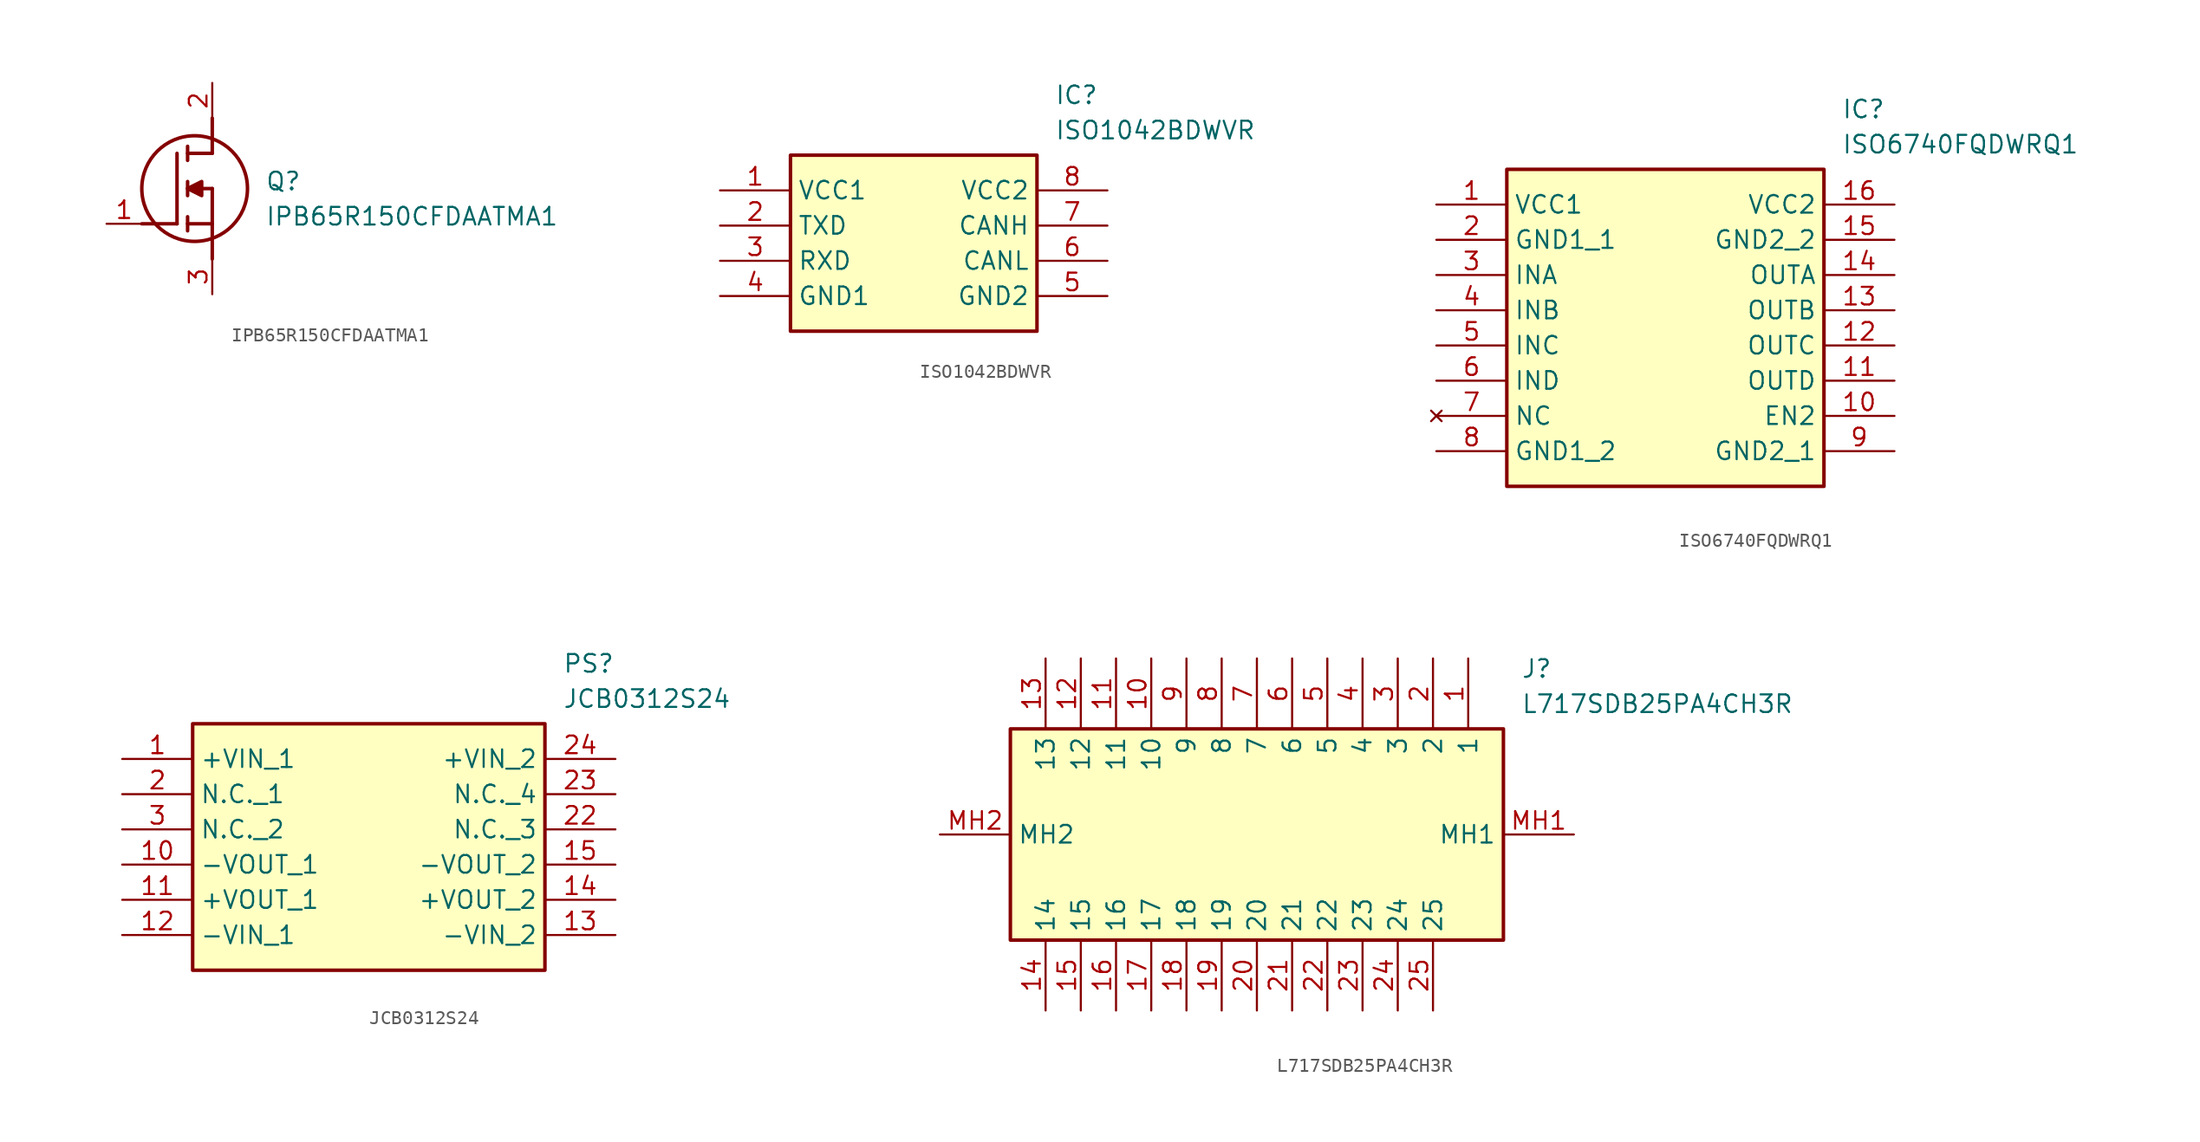
<source format=kicad_sym>
(kicad_symbol_lib
  (version 20241209)
  (generator "kicad_symbol_editor")
  (generator_version "9.0")
  (symbol "IPB65R150CFDAATMA1"
    (pin_names
      (hide yes))
    (property "Reference" "Q"
      (at 11.43 3.81 0)
      (effects (font (size 1.27 1.27)) (justify left top)))
    (property "Value" "IPB65R150CFDAATMA1"
      (at 11.43 1.27 0)
      (effects (font (size 1.27 1.27)) (justify left top)))
    (symbol "IPB65R150CFDAATMA1_1_1"
      (polyline (pts (xy 2.54 0) (xy 5.08 0)) (stroke (width 0.254) (type default)) (fill (type none)))
      (polyline (pts (xy 5.08 5.08) (xy 5.08 0)) (stroke (width 0.254) (type default)) (fill (type none)))
      (polyline (pts (xy 5.842 5.588) (xy 5.842 4.572)) (stroke (width 0.254) (type default)) (fill (type none)))
      (polyline (pts (xy 5.842 2.54) (xy 6.858 3.048) (xy 6.858 2.032) (xy 5.842 2.54)) (stroke (width 0.254) (type default)) (fill (type outline)))
      (polyline (pts (xy 5.842 2.032) (xy 5.842 3.048)) (stroke (width 0.254) (type default)) (fill (type none)))
      (polyline (pts (xy 5.842 0) (xy 7.62 0)) (stroke (width 0.254) (type default)) (fill (type none)))
      (polyline (pts (xy 5.842 -0.508) (xy 5.842 0.508)) (stroke (width 0.254) (type default)) (fill (type none)))
      (circle (center 6.35 2.54) (radius 3.81) (stroke (width 0.254) (type default)) (fill (type none)))
      (polyline (pts (xy 7.62 5.08) (xy 5.842 5.08)) (stroke (width 0.254) (type default)) (fill (type none)))
      (polyline (pts (xy 7.62 5.08) (xy 7.62 7.62)) (stroke (width 0.254) (type default)) (fill (type none)))
      (polyline (pts (xy 7.62 2.54) (xy 5.842 2.54)) (stroke (width 0.254) (type default)) (fill (type none)))
      (polyline (pts (xy 7.62 2.54) (xy 7.62 -2.54)) (stroke (width 0.254) (type default)) (fill (type none)))
      (pin passive line (at 0 0 0) (length 2.54) (name "G" (effects (font (size 1.27 1.27)))) (number "1" (effects (font (size 1.27 1.27)))))
      (pin passive line (at 7.62 10.16 270) (length 2.54) (name "D" (effects (font (size 1.27 1.27)))) (number "2" (effects (font (size 1.27 1.27)))))
      (pin passive line (at 7.62 -5.08 90) (length 2.54) (name "S" (effects (font (size 1.27 1.27)))) (number "3" (effects (font (size 1.27 1.27)))))))
  (symbol "ISO1042BDWVR"
    (property "Reference" "IC"
      (at 24.13 7.62 0)
      (effects (font (size 1.27 1.27)) (justify left top)))
    (property "Value" "ISO1042BDWVR"
      (at 24.13 5.08 0)
      (effects (font (size 1.27 1.27)) (justify left top)))
    (symbol "ISO1042BDWVR_1_1"
      (rectangle (start 5.08 2.54) (end 22.86 -10.16) (stroke (width 0.254) (type default)) (fill (type background)))
      (pin passive line (at 0 0 0) (length 5.08) (name "VCC1" (effects (font (size 1.27 1.27)))) (number "1" (effects (font (size 1.27 1.27)))))
      (pin passive line (at 0 -2.54 0) (length 5.08) (name "TXD" (effects (font (size 1.27 1.27)))) (number "2" (effects (font (size 1.27 1.27)))))
      (pin passive line (at 0 -5.08 0) (length 5.08) (name "RXD" (effects (font (size 1.27 1.27)))) (number "3" (effects (font (size 1.27 1.27)))))
      (pin passive line (at 0 -7.62 0) (length 5.08) (name "GND1" (effects (font (size 1.27 1.27)))) (number "4" (effects (font (size 1.27 1.27)))))
      (pin passive line (at 27.94 0 180) (length 5.08) (name "VCC2" (effects (font (size 1.27 1.27)))) (number "8" (effects (font (size 1.27 1.27)))))
      (pin passive line (at 27.94 -2.54 180) (length 5.08) (name "CANH" (effects (font (size 1.27 1.27)))) (number "7" (effects (font (size 1.27 1.27)))))
      (pin passive line (at 27.94 -5.08 180) (length 5.08) (name "CANL" (effects (font (size 1.27 1.27)))) (number "6" (effects (font (size 1.27 1.27)))))
      (pin passive line (at 27.94 -7.62 180) (length 5.08) (name "GND2" (effects (font (size 1.27 1.27)))) (number "5" (effects (font (size 1.27 1.27)))))))
  (symbol "ISO6740FQDWRQ1"
    (property "Reference" "IC"
      (at 29.21 7.62 0)
      (effects (font (size 1.27 1.27)) (justify left top)))
    (property "Value" "ISO6740FQDWRQ1"
      (at 29.21 5.08 0)
      (effects (font (size 1.27 1.27)) (justify left top)))
    (symbol "ISO6740FQDWRQ1_1_1"
      (rectangle (start 5.08 2.54) (end 27.94 -20.32) (stroke (width 0.254) (type default)) (fill (type background)))
      (pin passive line (at 0 0 0) (length 5.08) (name "VCC1" (effects (font (size 1.27 1.27)))) (number "1" (effects (font (size 1.27 1.27)))))
      (pin passive line (at 0 -2.54 0) (length 5.08) (name "GND1_1" (effects (font (size 1.27 1.27)))) (number "2" (effects (font (size 1.27 1.27)))))
      (pin passive line (at 0 -5.08 0) (length 5.08) (name "INA" (effects (font (size 1.27 1.27)))) (number "3" (effects (font (size 1.27 1.27)))))
      (pin passive line (at 0 -7.62 0) (length 5.08) (name "INB" (effects (font (size 1.27 1.27)))) (number "4" (effects (font (size 1.27 1.27)))))
      (pin passive line (at 0 -10.16 0) (length 5.08) (name "INC" (effects (font (size 1.27 1.27)))) (number "5" (effects (font (size 1.27 1.27)))))
      (pin passive line (at 0 -12.7 0) (length 5.08) (name "IND" (effects (font (size 1.27 1.27)))) (number "6" (effects (font (size 1.27 1.27)))))
      (pin no_connect line (at 0 -15.24 0) (length 5.08) (name "NC" (effects (font (size 1.27 1.27)))) (number "7" (effects (font (size 1.27 1.27)))))
      (pin passive line (at 0 -17.78 0) (length 5.08) (name "GND1_2" (effects (font (size 1.27 1.27)))) (number "8" (effects (font (size 1.27 1.27)))))
      (pin passive line (at 33.02 0 180) (length 5.08) (name "VCC2" (effects (font (size 1.27 1.27)))) (number "16" (effects (font (size 1.27 1.27)))))
      (pin passive line (at 33.02 -2.54 180) (length 5.08) (name "GND2_2" (effects (font (size 1.27 1.27)))) (number "15" (effects (font (size 1.27 1.27)))))
      (pin passive line (at 33.02 -5.08 180) (length 5.08) (name "OUTA" (effects (font (size 1.27 1.27)))) (number "14" (effects (font (size 1.27 1.27)))))
      (pin passive line (at 33.02 -7.62 180) (length 5.08) (name "OUTB" (effects (font (size 1.27 1.27)))) (number "13" (effects (font (size 1.27 1.27)))))
      (pin passive line (at 33.02 -10.16 180) (length 5.08) (name "OUTC" (effects (font (size 1.27 1.27)))) (number "12" (effects (font (size 1.27 1.27)))))
      (pin passive line (at 33.02 -12.7 180) (length 5.08) (name "OUTD" (effects (font (size 1.27 1.27)))) (number "11" (effects (font (size 1.27 1.27)))))
      (pin passive line (at 33.02 -15.24 180) (length 5.08) (name "EN2" (effects (font (size 1.27 1.27)))) (number "10" (effects (font (size 1.27 1.27)))))
      (pin passive line (at 33.02 -17.78 180) (length 5.08) (name "GND2_1" (effects (font (size 1.27 1.27)))) (number "9" (effects (font (size 1.27 1.27)))))))
  (symbol "JCB0312S24"
    (property "Reference" "PS"
      (at 31.75 7.62 0)
      (effects (font (size 1.27 1.27)) (justify left top)))
    (property "Value" "JCB0312S24"
      (at 31.75 5.08 0)
      (effects (font (size 1.27 1.27)) (justify left top)))
    (symbol "JCB0312S24_1_1"
      (rectangle (start 5.08 2.54) (end 30.48 -15.24) (stroke (width 0.254) (type default)) (fill (type background)))
      (pin passive line (at 0 0 0) (length 5.08) (name "+VIN_1" (effects (font (size 1.27 1.27)))) (number "1" (effects (font (size 1.27 1.27)))))
      (pin passive line (at 0 -2.54 0) (length 5.08) (name "N.C._1" (effects (font (size 1.27 1.27)))) (number "2" (effects (font (size 1.27 1.27)))))
      (pin passive line (at 0 -5.08 0) (length 5.08) (name "N.C._2" (effects (font (size 1.27 1.27)))) (number "3" (effects (font (size 1.27 1.27)))))
      (pin passive line (at 0 -7.62 0) (length 5.08) (name "-VOUT_1" (effects (font (size 1.27 1.27)))) (number "10" (effects (font (size 1.27 1.27)))))
      (pin passive line (at 0 -10.16 0) (length 5.08) (name "+VOUT_1" (effects (font (size 1.27 1.27)))) (number "11" (effects (font (size 1.27 1.27)))))
      (pin passive line (at 0 -12.7 0) (length 5.08) (name "-VIN_1" (effects (font (size 1.27 1.27)))) (number "12" (effects (font (size 1.27 1.27)))))
      (pin passive line (at 35.56 0 180) (length 5.08) (name "+VIN_2" (effects (font (size 1.27 1.27)))) (number "24" (effects (font (size 1.27 1.27)))))
      (pin passive line (at 35.56 -2.54 180) (length 5.08) (name "N.C._4" (effects (font (size 1.27 1.27)))) (number "23" (effects (font (size 1.27 1.27)))))
      (pin passive line (at 35.56 -5.08 180) (length 5.08) (name "N.C._3" (effects (font (size 1.27 1.27)))) (number "22" (effects (font (size 1.27 1.27)))))
      (pin passive line (at 35.56 -7.62 180) (length 5.08) (name "-VOUT_2" (effects (font (size 1.27 1.27)))) (number "15" (effects (font (size 1.27 1.27)))))
      (pin passive line (at 35.56 -10.16 180) (length 5.08) (name "+VOUT_2" (effects (font (size 1.27 1.27)))) (number "14" (effects (font (size 1.27 1.27)))))
      (pin passive line (at 35.56 -12.7 180) (length 5.08) (name "-VIN_2" (effects (font (size 1.27 1.27)))) (number "13" (effects (font (size 1.27 1.27)))))))
  (symbol "L717SDB25PA4CH3R"
    (property "Reference" "J"
      (at 41.91 12.7 0)
      (effects (font (size 1.27 1.27)) (justify left top)))
    (property "Value" "L717SDB25PA4CH3R"
      (at 41.91 10.16 0)
      (effects (font (size 1.27 1.27)) (justify left top)))
    (symbol "L717SDB25PA4CH3R_1_1"
      (rectangle (start 5.08 7.62) (end 40.64 -7.62) (stroke (width 0.254) (type default)) (fill (type background)))
      (pin passive line (at 0 0 0) (length 5.08) (name "MH2" (effects (font (size 1.27 1.27)))) (number "MH2" (effects (font (size 1.27 1.27)))))
      (pin passive line (at 7.62 12.7 270) (length 5.08) (name "13" (effects (font (size 1.27 1.27)))) (number "13" (effects (font (size 1.27 1.27)))))
      (pin passive line (at 7.62 -12.7 90) (length 5.08) (name "14" (effects (font (size 1.27 1.27)))) (number "14" (effects (font (size 1.27 1.27)))))
      (pin passive line (at 10.16 12.7 270) (length 5.08) (name "12" (effects (font (size 1.27 1.27)))) (number "12" (effects (font (size 1.27 1.27)))))
      (pin passive line (at 10.16 -12.7 90) (length 5.08) (name "15" (effects (font (size 1.27 1.27)))) (number "15" (effects (font (size 1.27 1.27)))))
      (pin passive line (at 12.7 12.7 270) (length 5.08) (name "11" (effects (font (size 1.27 1.27)))) (number "11" (effects (font (size 1.27 1.27)))))
      (pin passive line (at 12.7 -12.7 90) (length 5.08) (name "16" (effects (font (size 1.27 1.27)))) (number "16" (effects (font (size 1.27 1.27)))))
      (pin passive line (at 15.24 12.7 270) (length 5.08) (name "10" (effects (font (size 1.27 1.27)))) (number "10" (effects (font (size 1.27 1.27)))))
      (pin passive line (at 15.24 -12.7 90) (length 5.08) (name "17" (effects (font (size 1.27 1.27)))) (number "17" (effects (font (size 1.27 1.27)))))
      (pin passive line (at 17.78 12.7 270) (length 5.08) (name "9" (effects (font (size 1.27 1.27)))) (number "9" (effects (font (size 1.27 1.27)))))
      (pin passive line (at 17.78 -12.7 90) (length 5.08) (name "18" (effects (font (size 1.27 1.27)))) (number "18" (effects (font (size 1.27 1.27)))))
      (pin passive line (at 20.32 12.7 270) (length 5.08) (name "8" (effects (font (size 1.27 1.27)))) (number "8" (effects (font (size 1.27 1.27)))))
      (pin passive line (at 20.32 -12.7 90) (length 5.08) (name "19" (effects (font (size 1.27 1.27)))) (number "19" (effects (font (size 1.27 1.27)))))
      (pin passive line (at 22.86 12.7 270) (length 5.08) (name "7" (effects (font (size 1.27 1.27)))) (number "7" (effects (font (size 1.27 1.27)))))
      (pin passive line (at 22.86 -12.7 90) (length 5.08) (name "20" (effects (font (size 1.27 1.27)))) (number "20" (effects (font (size 1.27 1.27)))))
      (pin passive line (at 25.4 12.7 270) (length 5.08) (name "6" (effects (font (size 1.27 1.27)))) (number "6" (effects (font (size 1.27 1.27)))))
      (pin passive line (at 25.4 -12.7 90) (length 5.08) (name "21" (effects (font (size 1.27 1.27)))) (number "21" (effects (font (size 1.27 1.27)))))
      (pin passive line (at 27.94 12.7 270) (length 5.08) (name "5" (effects (font (size 1.27 1.27)))) (number "5" (effects (font (size 1.27 1.27)))))
      (pin passive line (at 27.94 -12.7 90) (length 5.08) (name "22" (effects (font (size 1.27 1.27)))) (number "22" (effects (font (size 1.27 1.27)))))
      (pin passive line (at 30.48 12.7 270) (length 5.08) (name "4" (effects (font (size 1.27 1.27)))) (number "4" (effects (font (size 1.27 1.27)))))
      (pin passive line (at 30.48 -12.7 90) (length 5.08) (name "23" (effects (font (size 1.27 1.27)))) (number "23" (effects (font (size 1.27 1.27)))))
      (pin passive line (at 33.02 12.7 270) (length 5.08) (name "3" (effects (font (size 1.27 1.27)))) (number "3" (effects (font (size 1.27 1.27)))))
      (pin passive line (at 33.02 -12.7 90) (length 5.08) (name "24" (effects (font (size 1.27 1.27)))) (number "24" (effects (font (size 1.27 1.27)))))
      (pin passive line (at 35.56 12.7 270) (length 5.08) (name "2" (effects (font (size 1.27 1.27)))) (number "2" (effects (font (size 1.27 1.27)))))
      (pin passive line (at 35.56 -12.7 90) (length 5.08) (name "25" (effects (font (size 1.27 1.27)))) (number "25" (effects (font (size 1.27 1.27)))))
      (pin passive line (at 38.1 12.7 270) (length 5.08) (name "1" (effects (font (size 1.27 1.27)))) (number "1" (effects (font (size 1.27 1.27)))))
      (pin passive line (at 45.72 0 180) (length 5.08) (name "MH1" (effects (font (size 1.27 1.27)))) (number "MH1" (effects (font (size 1.27 1.27))))))))
</source>
